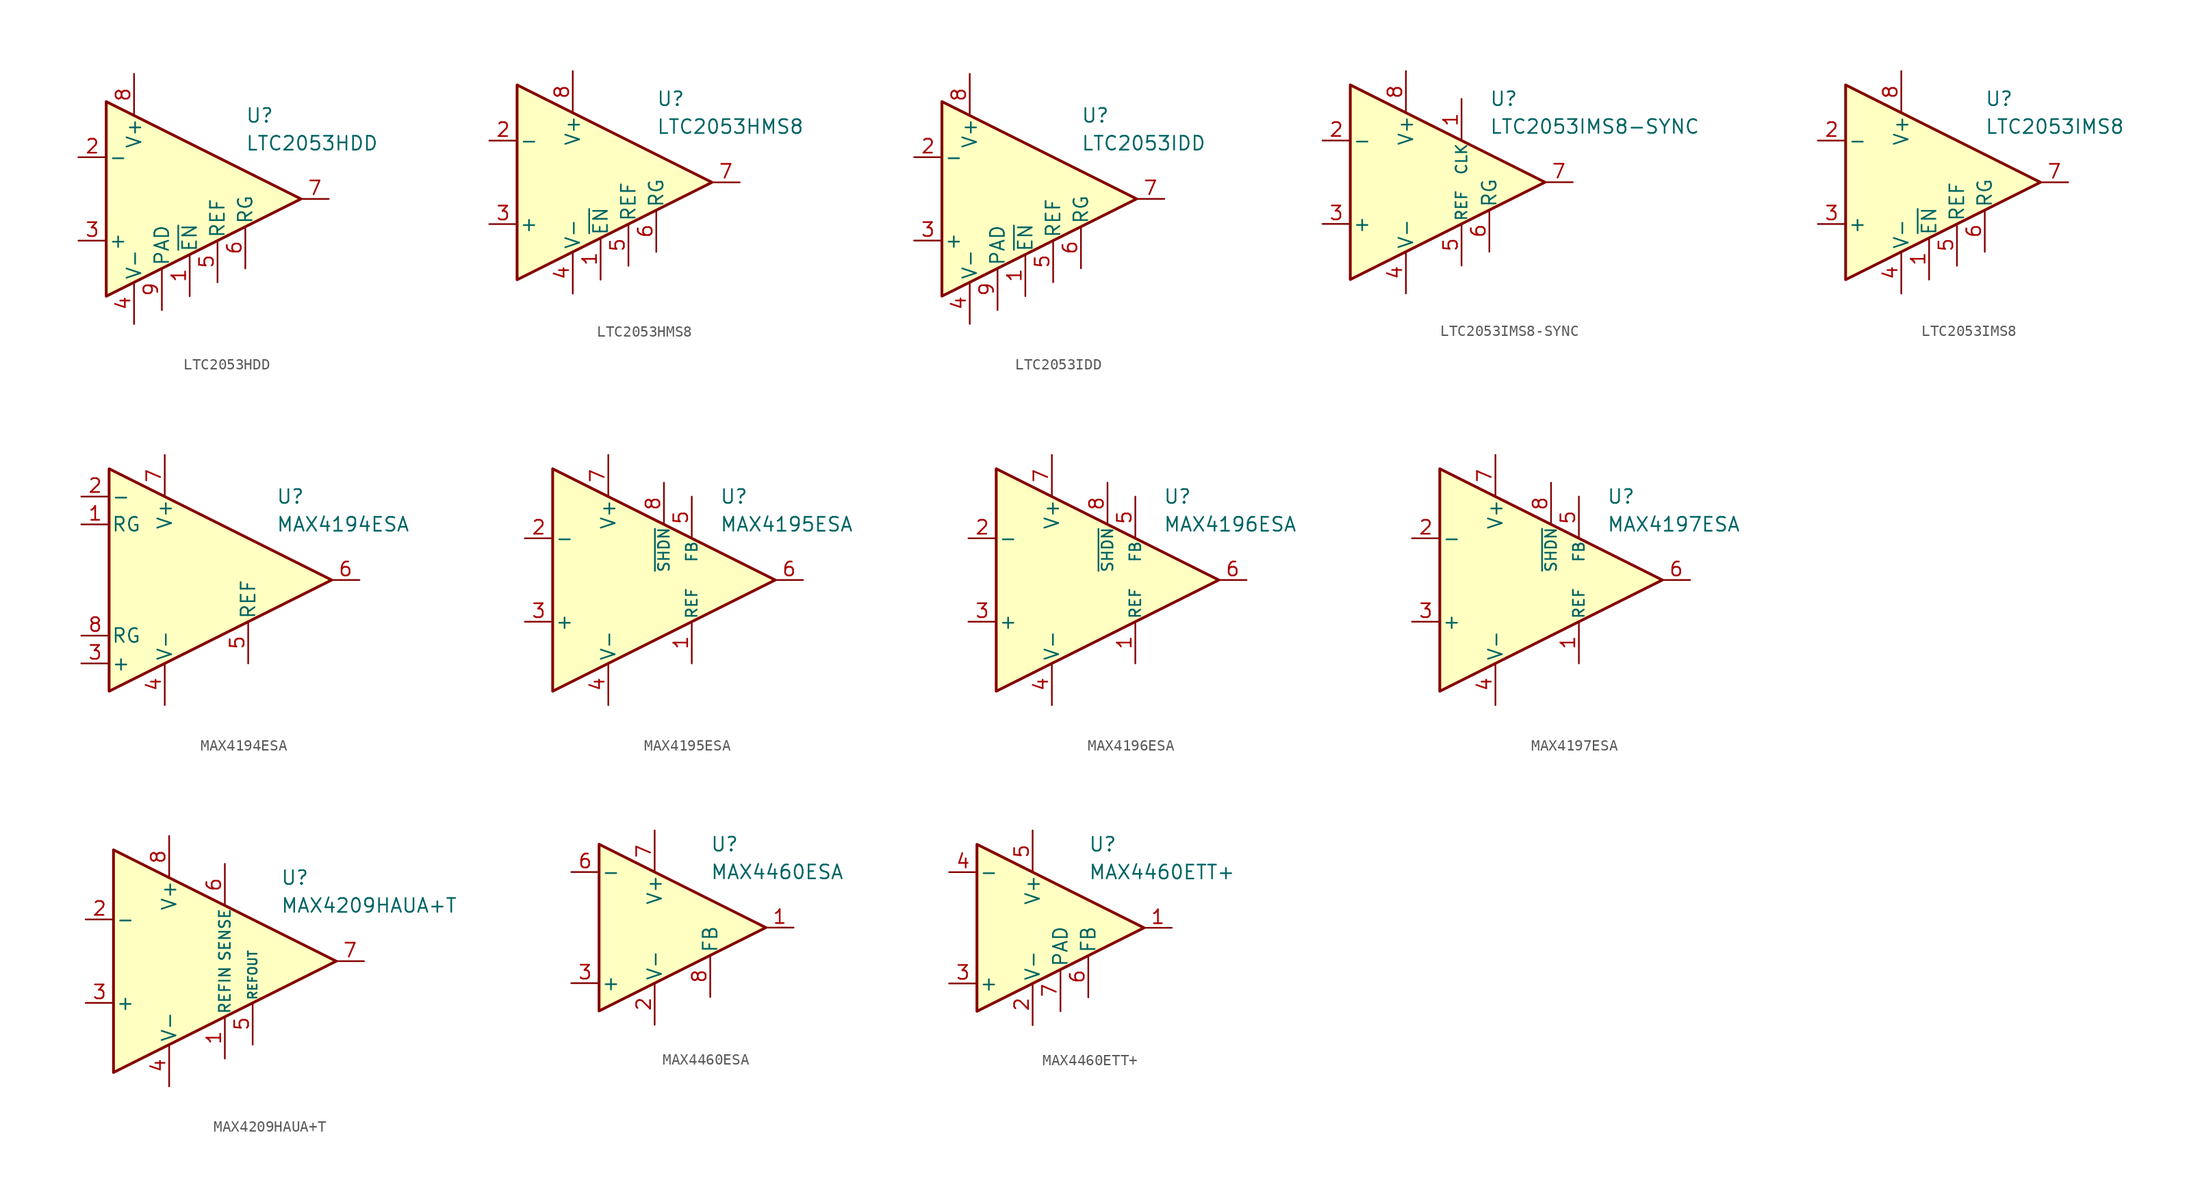
<source format=kicad_sym>
(kicad_symbol_lib
  (version 20231120)
  (generator "kicad_symbol_editor")
  (generator_version "8.0")
  (symbol "LTC2053HDD"
    (pin_names
      (offset 0.2))
    (property "Reference" "U"
      (at 6.35 7.62 0)
      (effects (font (size 1.27 1.27)) (justify left)))
    (property "Value" "LTC2053HDD"
      (at 6.35 5.08 0)
      (effects (font (size 1.27 1.27)) (justify left)))
    (symbol "LTC2053HDD_0_1"
      (polyline (pts (xy -6.35 8.89) (xy -6.35 -8.89) (xy 11.43 0) (xy -6.35 8.89)) (stroke (width 0.254) (type default)) (fill (type background))))
    (symbol "LTC2053HDD_1_1"
      (pin input line (at 1.27 -8.89 90) (length 3.81) (name "~{EN}" (effects (font (size 1.27 1.27)))) (number "1" (effects (font (size 1.27 1.27)))))
      (pin input line (at -8.89 3.81 0) (length 2.54) (name "-" (effects (font (size 1.27 1.27)))) (number "2" (effects (font (size 1.27 1.27)))))
      (pin input line (at -8.89 -3.81 0) (length 2.54) (name "+" (effects (font (size 1.27 1.27)))) (number "3" (effects (font (size 1.27 1.27)))))
      (pin power_in line (at -3.81 -11.43 90) (length 3.81) (name "V-" (effects (font (size 1.27 1.27)))) (number "4" (effects (font (size 1.27 1.27)))))
      (pin input line (at 3.81 -7.62 90) (length 3.81) (name "REF" (effects (font (size 1.27 1.27)))) (number "5" (effects (font (size 1.27 1.27)))))
      (pin passive line (at 6.35 -6.35 90) (length 3.81) (name "RG" (effects (font (size 1.27 1.27)))) (number "6" (effects (font (size 1.27 1.27)))))
      (pin output line (at 13.97 0 180) (length 2.54) (name "~" (effects (font (size 1.27 1.27)))) (number "7" (effects (font (size 1.27 1.27)))))
      (pin power_in line (at -3.81 11.43 270) (length 3.81) (name "V+" (effects (font (size 1.27 1.27)))) (number "8" (effects (font (size 1.27 1.27)))))
      (pin power_in line (at -1.27 -10.16 90) (length 3.81) (name "PAD" (effects (font (size 1.27 1.27)))) (number "9" (effects (font (size 1.27 1.27)))))))
  (symbol "LTC2053HMS8"
    (pin_names
      (offset 0.2))
    (property "Reference" "U"
      (at 6.35 7.62 0)
      (effects (font (size 1.27 1.27)) (justify left)))
    (property "Value" "LTC2053HMS8"
      (at 6.35 5.08 0)
      (effects (font (size 1.27 1.27)) (justify left)))
    (symbol "LTC2053HMS8_0_1"
      (polyline (pts (xy -6.35 8.89) (xy -6.35 -8.89) (xy 11.43 0) (xy -6.35 8.89)) (stroke (width 0.254) (type default)) (fill (type background))))
    (symbol "LTC2053HMS8_1_1"
      (pin input line (at 1.27 -8.89 90) (length 3.81) (name "~{EN}" (effects (font (size 1.27 1.27)))) (number "1" (effects (font (size 1.27 1.27)))))
      (pin input line (at -8.89 3.81 0) (length 2.54) (name "-" (effects (font (size 1.27 1.27)))) (number "2" (effects (font (size 1.27 1.27)))))
      (pin input line (at -8.89 -3.81 0) (length 2.54) (name "+" (effects (font (size 1.27 1.27)))) (number "3" (effects (font (size 1.27 1.27)))))
      (pin power_in line (at -1.27 -10.16 90) (length 3.81) (name "V-" (effects (font (size 1.27 1.27)))) (number "4" (effects (font (size 1.27 1.27)))))
      (pin input line (at 3.81 -7.62 90) (length 3.81) (name "REF" (effects (font (size 1.27 1.27)))) (number "5" (effects (font (size 1.27 1.27)))))
      (pin passive line (at 6.35 -6.35 90) (length 3.81) (name "RG" (effects (font (size 1.27 1.27)))) (number "6" (effects (font (size 1.27 1.27)))))
      (pin output line (at 13.97 0 180) (length 2.54) (name "~" (effects (font (size 1.27 1.27)))) (number "7" (effects (font (size 1.27 1.27)))))
      (pin power_in line (at -1.27 10.16 270) (length 3.81) (name "V+" (effects (font (size 1.27 1.27)))) (number "8" (effects (font (size 1.27 1.27)))))))
  (symbol "LTC2053IDD"
    (pin_names
      (offset 0.2))
    (property "Reference" "U"
      (at 6.35 7.62 0)
      (effects (font (size 1.27 1.27)) (justify left)))
    (property "Value" "LTC2053IDD"
      (at 6.35 5.08 0)
      (effects (font (size 1.27 1.27)) (justify left)))
    (symbol "LTC2053IDD_0_1"
      (polyline (pts (xy -6.35 8.89) (xy -6.35 -8.89) (xy 11.43 0) (xy -6.35 8.89)) (stroke (width 0.254) (type default)) (fill (type background))))
    (symbol "LTC2053IDD_1_1"
      (pin input line (at 1.27 -8.89 90) (length 3.81) (name "~{EN}" (effects (font (size 1.27 1.27)))) (number "1" (effects (font (size 1.27 1.27)))))
      (pin input line (at -8.89 3.81 0) (length 2.54) (name "-" (effects (font (size 1.27 1.27)))) (number "2" (effects (font (size 1.27 1.27)))))
      (pin input line (at -8.89 -3.81 0) (length 2.54) (name "+" (effects (font (size 1.27 1.27)))) (number "3" (effects (font (size 1.27 1.27)))))
      (pin power_in line (at -3.81 -11.43 90) (length 3.81) (name "V-" (effects (font (size 1.27 1.27)))) (number "4" (effects (font (size 1.27 1.27)))))
      (pin input line (at 3.81 -7.62 90) (length 3.81) (name "REF" (effects (font (size 1.27 1.27)))) (number "5" (effects (font (size 1.27 1.27)))))
      (pin passive line (at 6.35 -6.35 90) (length 3.81) (name "RG" (effects (font (size 1.27 1.27)))) (number "6" (effects (font (size 1.27 1.27)))))
      (pin output line (at 13.97 0 180) (length 2.54) (name "~" (effects (font (size 1.27 1.27)))) (number "7" (effects (font (size 1.27 1.27)))))
      (pin power_in line (at -3.81 11.43 270) (length 3.81) (name "V+" (effects (font (size 1.27 1.27)))) (number "8" (effects (font (size 1.27 1.27)))))
      (pin power_in line (at -1.27 -10.16 90) (length 3.81) (name "PAD" (effects (font (size 1.27 1.27)))) (number "9" (effects (font (size 1.27 1.27)))))))
  (symbol "LTC2053IMS8-SYNC"
    (pin_names
      (offset 0.2))
    (property "Reference" "U"
      (at 6.35 7.62 0)
      (effects (font (size 1.27 1.27)) (justify left)))
    (property "Value" "LTC2053IMS8-SYNC"
      (at 6.35 5.08 0)
      (effects (font (size 1.27 1.27)) (justify left)))
    (symbol "LTC2053IMS8-SYNC_0_1"
      (polyline (pts (xy -6.35 8.89) (xy -6.35 -8.89) (xy 11.43 0) (xy -6.35 8.89)) (stroke (width 0.254) (type default)) (fill (type background))))
    (symbol "LTC2053IMS8-SYNC_1_1"
      (pin input line (at 3.81 7.62 270) (length 3.81) (name "CLK" (effects (font (size 1 1)))) (number "1" (effects (font (size 1.27 1.27)))))
      (pin input line (at -8.89 3.81 0) (length 2.54) (name "-" (effects (font (size 1.27 1.27)))) (number "2" (effects (font (size 1.27 1.27)))))
      (pin input line (at -8.89 -3.81 0) (length 2.54) (name "+" (effects (font (size 1.27 1.27)))) (number "3" (effects (font (size 1.27 1.27)))))
      (pin power_in line (at -1.27 -10.16 90) (length 3.81) (name "V-" (effects (font (size 1.27 1.27)))) (number "4" (effects (font (size 1.27 1.27)))))
      (pin input line (at 3.81 -7.62 90) (length 3.81) (name "REF" (effects (font (size 1 1)))) (number "5" (effects (font (size 1.27 1.27)))))
      (pin passive line (at 6.35 -6.35 90) (length 3.81) (name "RG" (effects (font (size 1.27 1.27)))) (number "6" (effects (font (size 1.27 1.27)))))
      (pin output line (at 13.97 0 180) (length 2.54) (name "~" (effects (font (size 1.27 1.27)))) (number "7" (effects (font (size 1.27 1.27)))))
      (pin power_in line (at -1.27 10.16 270) (length 3.81) (name "V+" (effects (font (size 1.27 1.27)))) (number "8" (effects (font (size 1.27 1.27)))))))
  (symbol "LTC2053IMS8"
    (pin_names
      (offset 0.2))
    (property "Reference" "U"
      (at 6.35 7.62 0)
      (effects (font (size 1.27 1.27)) (justify left)))
    (property "Value" "LTC2053IMS8"
      (at 6.35 5.08 0)
      (effects (font (size 1.27 1.27)) (justify left)))
    (symbol "LTC2053IMS8_0_1"
      (polyline (pts (xy -6.35 8.89) (xy -6.35 -8.89) (xy 11.43 0) (xy -6.35 8.89)) (stroke (width 0.254) (type default)) (fill (type background))))
    (symbol "LTC2053IMS8_1_1"
      (pin input line (at 1.27 -8.89 90) (length 3.81) (name "~{EN}" (effects (font (size 1.27 1.27)))) (number "1" (effects (font (size 1.27 1.27)))))
      (pin input line (at -8.89 3.81 0) (length 2.54) (name "-" (effects (font (size 1.27 1.27)))) (number "2" (effects (font (size 1.27 1.27)))))
      (pin input line (at -8.89 -3.81 0) (length 2.54) (name "+" (effects (font (size 1.27 1.27)))) (number "3" (effects (font (size 1.27 1.27)))))
      (pin power_in line (at -1.27 -10.16 90) (length 3.81) (name "V-" (effects (font (size 1.27 1.27)))) (number "4" (effects (font (size 1.27 1.27)))))
      (pin input line (at 3.81 -7.62 90) (length 3.81) (name "REF" (effects (font (size 1.27 1.27)))) (number "5" (effects (font (size 1.27 1.27)))))
      (pin passive line (at 6.35 -6.35 90) (length 3.81) (name "RG" (effects (font (size 1.27 1.27)))) (number "6" (effects (font (size 1.27 1.27)))))
      (pin output line (at 13.97 0 180) (length 2.54) (name "~" (effects (font (size 1.27 1.27)))) (number "7" (effects (font (size 1.27 1.27)))))
      (pin power_in line (at -1.27 10.16 270) (length 3.81) (name "V+" (effects (font (size 1.27 1.27)))) (number "8" (effects (font (size 1.27 1.27)))))))
  (symbol "MAX4194ESA"
    (pin_names
      (offset 0.2))
    (property "Reference" "U"
      (at 6.35 7.62 0)
      (effects (font (size 1.27 1.27)) (justify left)))
    (property "Value" "MAX4194ESA"
      (at 6.35 5.08 0)
      (effects (font (size 1.27 1.27)) (justify left)))
    (symbol "MAX4194ESA_0_1"
      (polyline (pts (xy -8.89 10.16) (xy -8.89 -10.16) (xy 11.43 0) (xy -8.89 10.16)) (stroke (width 0.254) (type default)) (fill (type background))))
    (symbol "MAX4194ESA_1_1"
      (pin passive line (at -11.43 5.08 0) (length 2.54) (name "RG" (effects (font (size 1.27 1.27)))) (number "1" (effects (font (size 1.27 1.27)))))
      (pin input line (at -11.43 7.62 0) (length 2.54) (name "-" (effects (font (size 1.27 1.27)))) (number "2" (effects (font (size 1.27 1.27)))))
      (pin input line (at -11.43 -7.62 0) (length 2.54) (name "+" (effects (font (size 1.27 1.27)))) (number "3" (effects (font (size 1.27 1.27)))))
      (pin power_in line (at -3.81 -11.43 90) (length 3.81) (name "V-" (effects (font (size 1.27 1.27)))) (number "4" (effects (font (size 1.27 1.27)))))
      (pin input line (at 3.81 -7.62 90) (length 3.81) (name "REF" (effects (font (size 1.27 1.27)))) (number "5" (effects (font (size 1.27 1.27)))))
      (pin output line (at 13.97 0 180) (length 2.54) (name "~" (effects (font (size 1.27 1.27)))) (number "6" (effects (font (size 1.27 1.27)))))
      (pin power_in line (at -3.81 11.43 270) (length 3.81) (name "V+" (effects (font (size 1.27 1.27)))) (number "7" (effects (font (size 1.27 1.27)))))
      (pin passive line (at -11.43 -5.08 0) (length 2.54) (name "RG" (effects (font (size 1.27 1.27)))) (number "8" (effects (font (size 1.27 1.27)))))))
  (symbol "MAX4195ESA"
    (pin_names
      (offset 0.2))
    (property "Reference" "U"
      (at 6.35 7.62 0)
      (effects (font (size 1.27 1.27)) (justify left)))
    (property "Value" "MAX4195ESA"
      (at 6.35 5.08 0)
      (effects (font (size 1.27 1.27)) (justify left)))
    (symbol "MAX4195ESA_0_1"
      (polyline (pts (xy -8.89 10.16) (xy -8.89 -10.16) (xy 11.43 0) (xy -8.89 10.16)) (stroke (width 0.254) (type default)) (fill (type background))))
    (symbol "MAX4195ESA_1_1"
      (pin input line (at 3.81 -7.62 90) (length 3.81) (name "REF" (effects (font (size 1 1)))) (number "1" (effects (font (size 1.27 1.27)))))
      (pin input line (at -11.43 3.81 0) (length 2.54) (name "-" (effects (font (size 1.27 1.27)))) (number "2" (effects (font (size 1.27 1.27)))))
      (pin input line (at -11.43 -3.81 0) (length 2.54) (name "+" (effects (font (size 1.27 1.27)))) (number "3" (effects (font (size 1.27 1.27)))))
      (pin power_in line (at -3.81 -11.43 90) (length 3.81) (name "V-" (effects (font (size 1.27 1.27)))) (number "4" (effects (font (size 1.27 1.27)))))
      (pin input line (at 3.81 7.62 270) (length 3.81) (name "FB" (effects (font (size 1 1)))) (number "5" (effects (font (size 1.27 1.27)))))
      (pin output line (at 13.97 0 180) (length 2.54) (name "~" (effects (font (size 1.27 1.27)))) (number "6" (effects (font (size 1.27 1.27)))))
      (pin power_in line (at -3.81 11.43 270) (length 3.81) (name "V+" (effects (font (size 1.27 1.27)))) (number "7" (effects (font (size 1.27 1.27)))))
      (pin input line (at 1.27 8.89 270) (length 3.81) (name "~{SHDN}" (effects (font (size 1 1)))) (number "8" (effects (font (size 1.27 1.27)))))))
  (symbol "MAX4196ESA"
    (pin_names
      (offset 0.2))
    (property "Reference" "U"
      (at 6.35 7.62 0)
      (effects (font (size 1.27 1.27)) (justify left)))
    (property "Value" "MAX4196ESA"
      (at 6.35 5.08 0)
      (effects (font (size 1.27 1.27)) (justify left)))
    (symbol "MAX4196ESA_0_1"
      (polyline (pts (xy -8.89 10.16) (xy -8.89 -10.16) (xy 11.43 0) (xy -8.89 10.16)) (stroke (width 0.254) (type default)) (fill (type background))))
    (symbol "MAX4196ESA_1_1"
      (pin input line (at 3.81 -7.62 90) (length 3.81) (name "REF" (effects (font (size 1 1)))) (number "1" (effects (font (size 1.27 1.27)))))
      (pin input line (at -11.43 3.81 0) (length 2.54) (name "-" (effects (font (size 1.27 1.27)))) (number "2" (effects (font (size 1.27 1.27)))))
      (pin input line (at -11.43 -3.81 0) (length 2.54) (name "+" (effects (font (size 1.27 1.27)))) (number "3" (effects (font (size 1.27 1.27)))))
      (pin power_in line (at -3.81 -11.43 90) (length 3.81) (name "V-" (effects (font (size 1.27 1.27)))) (number "4" (effects (font (size 1.27 1.27)))))
      (pin input line (at 3.81 7.62 270) (length 3.81) (name "FB" (effects (font (size 1 1)))) (number "5" (effects (font (size 1.27 1.27)))))
      (pin output line (at 13.97 0 180) (length 2.54) (name "~" (effects (font (size 1.27 1.27)))) (number "6" (effects (font (size 1.27 1.27)))))
      (pin power_in line (at -3.81 11.43 270) (length 3.81) (name "V+" (effects (font (size 1.27 1.27)))) (number "7" (effects (font (size 1.27 1.27)))))
      (pin input line (at 1.27 8.89 270) (length 3.81) (name "~{SHDN}" (effects (font (size 1 1)))) (number "8" (effects (font (size 1.27 1.27)))))))
  (symbol "MAX4197ESA"
    (pin_names
      (offset 0.2))
    (property "Reference" "U"
      (at 6.35 7.62 0)
      (effects (font (size 1.27 1.27)) (justify left)))
    (property "Value" "MAX4197ESA"
      (at 6.35 5.08 0)
      (effects (font (size 1.27 1.27)) (justify left)))
    (symbol "MAX4197ESA_0_1"
      (polyline (pts (xy -8.89 10.16) (xy -8.89 -10.16) (xy 11.43 0) (xy -8.89 10.16)) (stroke (width 0.254) (type default)) (fill (type background))))
    (symbol "MAX4197ESA_1_1"
      (pin input line (at 3.81 -7.62 90) (length 3.81) (name "REF" (effects (font (size 1 1)))) (number "1" (effects (font (size 1.27 1.27)))))
      (pin input line (at -11.43 3.81 0) (length 2.54) (name "-" (effects (font (size 1.27 1.27)))) (number "2" (effects (font (size 1.27 1.27)))))
      (pin input line (at -11.43 -3.81 0) (length 2.54) (name "+" (effects (font (size 1.27 1.27)))) (number "3" (effects (font (size 1.27 1.27)))))
      (pin power_in line (at -3.81 -11.43 90) (length 3.81) (name "V-" (effects (font (size 1.27 1.27)))) (number "4" (effects (font (size 1.27 1.27)))))
      (pin input line (at 3.81 7.62 270) (length 3.81) (name "FB" (effects (font (size 1 1)))) (number "5" (effects (font (size 1.27 1.27)))))
      (pin output line (at 13.97 0 180) (length 2.54) (name "~" (effects (font (size 1.27 1.27)))) (number "6" (effects (font (size 1.27 1.27)))))
      (pin power_in line (at -3.81 11.43 270) (length 3.81) (name "V+" (effects (font (size 1.27 1.27)))) (number "7" (effects (font (size 1.27 1.27)))))
      (pin input line (at 1.27 8.89 270) (length 3.81) (name "~{SHDN}" (effects (font (size 1 1)))) (number "8" (effects (font (size 1.27 1.27)))))))
  (symbol "MAX4209HAUA+T"
    (pin_names
      (offset 0.2))
    (property "Reference" "U"
      (at 6.35 7.62 0)
      (effects (font (size 1.27 1.27)) (justify left)))
    (property "Value" "MAX4209HAUA+T"
      (at 6.35 5.08 0)
      (effects (font (size 1.27 1.27)) (justify left)))
    (symbol "MAX4209HAUA+T_0_1"
      (polyline (pts (xy -8.89 10.16) (xy -8.89 -10.16) (xy 11.43 0) (xy -8.89 10.16)) (stroke (width 0.254) (type default)) (fill (type background))))
    (symbol "MAX4209HAUA+T_1_1"
      (pin input line (at 1.27 -8.89 90) (length 3.81) (name "REFIN" (effects (font (size 1 1)))) (number "1" (effects (font (size 1.27 1.27)))))
      (pin input line (at -11.43 3.81 0) (length 2.54) (name "-" (effects (font (size 1.27 1.27)))) (number "2" (effects (font (size 1.27 1.27)))))
      (pin input line (at -11.43 -3.81 0) (length 2.54) (name "+" (effects (font (size 1.27 1.27)))) (number "3" (effects (font (size 1.27 1.27)))))
      (pin power_in line (at -3.81 -11.43 90) (length 3.81) (name "V-" (effects (font (size 1.27 1.27)))) (number "4" (effects (font (size 1.27 1.27)))))
      (pin output line (at 3.81 -7.62 90) (length 3.81) (name "REFOUT" (effects (font (size 0.8 0.8)))) (number "5" (effects (font (size 1.27 1.27)))))
      (pin input line (at 1.27 8.89 270) (length 3.81) (name "SENSE" (effects (font (size 1 1)))) (number "6" (effects (font (size 1.27 1.27)))))
      (pin output line (at 13.97 0 180) (length 2.54) (name "~" (effects (font (size 1.27 1.27)))) (number "7" (effects (font (size 1.27 1.27)))))
      (pin power_in line (at -3.81 11.43 270) (length 3.81) (name "V+" (effects (font (size 1.27 1.27)))) (number "8" (effects (font (size 1.27 1.27)))))))
  (symbol "MAX4460ESA"
    (pin_names
      (offset 0.2))
    (property "Reference" "U"
      (at 6.35 7.62 0)
      (effects (font (size 1.27 1.27)) (justify left)))
    (property "Value" "MAX4460ESA"
      (at 6.35 5.08 0)
      (effects (font (size 1.27 1.27)) (justify left)))
    (symbol "MAX4460ESA_0_1"
      (polyline (pts (xy -3.81 7.62) (xy -3.81 -7.62) (xy 11.43 0) (xy -3.81 7.62)) (stroke (width 0.254) (type default)) (fill (type background))))
    (symbol "MAX4460ESA_1_1"
      (pin output line (at 13.97 0 180) (length 2.54) (name "~" (effects (font (size 1.27 1.27)))) (number "1" (effects (font (size 1.27 1.27)))))
      (pin power_in line (at 1.27 -8.89 90) (length 3.81) (name "V-" (effects (font (size 1.27 1.27)))) (number "2" (effects (font (size 1.27 1.27)))))
      (pin input line (at -6.35 -5.08 0) (length 2.54) (name "+" (effects (font (size 1.27 1.27)))) (number "3" (effects (font (size 1.27 1.27)))))
      (pin free line (at -1.27 1.27 0) (length 2.54) hide (name "NC" (effects (font (size 1.27 1.27)))) (number "4" (effects (font (size 1.27 1.27)))))
      (pin free line (at -1.27 -1.27 0) (length 2.54) hide (name "NC" (effects (font (size 1.27 1.27)))) (number "5" (effects (font (size 1.27 1.27)))))
      (pin input line (at -6.35 5.08 0) (length 2.54) (name "-" (effects (font (size 1.27 1.27)))) (number "6" (effects (font (size 1.27 1.27)))))
      (pin power_in line (at 1.27 8.89 270) (length 3.81) (name "V+" (effects (font (size 1.27 1.27)))) (number "7" (effects (font (size 1.27 1.27)))))
      (pin input line (at 6.35 -6.35 90) (length 3.81) (name "FB" (effects (font (size 1.27 1.27)))) (number "8" (effects (font (size 1.27 1.27)))))))
  (symbol "MAX4460ETT+"
    (pin_names
      (offset 0.2))
    (property "Reference" "U"
      (at 6.35 7.62 0)
      (effects (font (size 1.27 1.27)) (justify left)))
    (property "Value" "MAX4460ETT+"
      (at 6.35 5.08 0)
      (effects (font (size 1.27 1.27)) (justify left)))
    (symbol "MAX4460ETT+_0_1"
      (polyline (pts (xy -3.81 7.62) (xy -3.81 -7.62) (xy 11.43 0) (xy -3.81 7.62)) (stroke (width 0.254) (type default)) (fill (type background))))
    (symbol "MAX4460ETT+_1_1"
      (pin output line (at 13.97 0 180) (length 2.54) (name "~" (effects (font (size 1.27 1.27)))) (number "1" (effects (font (size 1.27 1.27)))))
      (pin power_in line (at 1.27 -8.89 90) (length 3.81) (name "V-" (effects (font (size 1.27 1.27)))) (number "2" (effects (font (size 1.27 1.27)))))
      (pin input line (at -6.35 -5.08 0) (length 2.54) (name "+" (effects (font (size 1.27 1.27)))) (number "3" (effects (font (size 1.27 1.27)))))
      (pin input line (at -6.35 5.08 0) (length 2.54) (name "-" (effects (font (size 1.27 1.27)))) (number "4" (effects (font (size 1.27 1.27)))))
      (pin power_in line (at 1.27 8.89 270) (length 3.81) (name "V+" (effects (font (size 1.27 1.27)))) (number "5" (effects (font (size 1.27 1.27)))))
      (pin input line (at 6.35 -6.35 90) (length 3.81) (name "FB" (effects (font (size 1.27 1.27)))) (number "6" (effects (font (size 1.27 1.27)))))
      (pin power_in line (at 3.81 -7.62 90) (length 3.81) (name "PAD" (effects (font (size 1.27 1.27)))) (number "7" (effects (font (size 1.27 1.27))))))))
</source>
